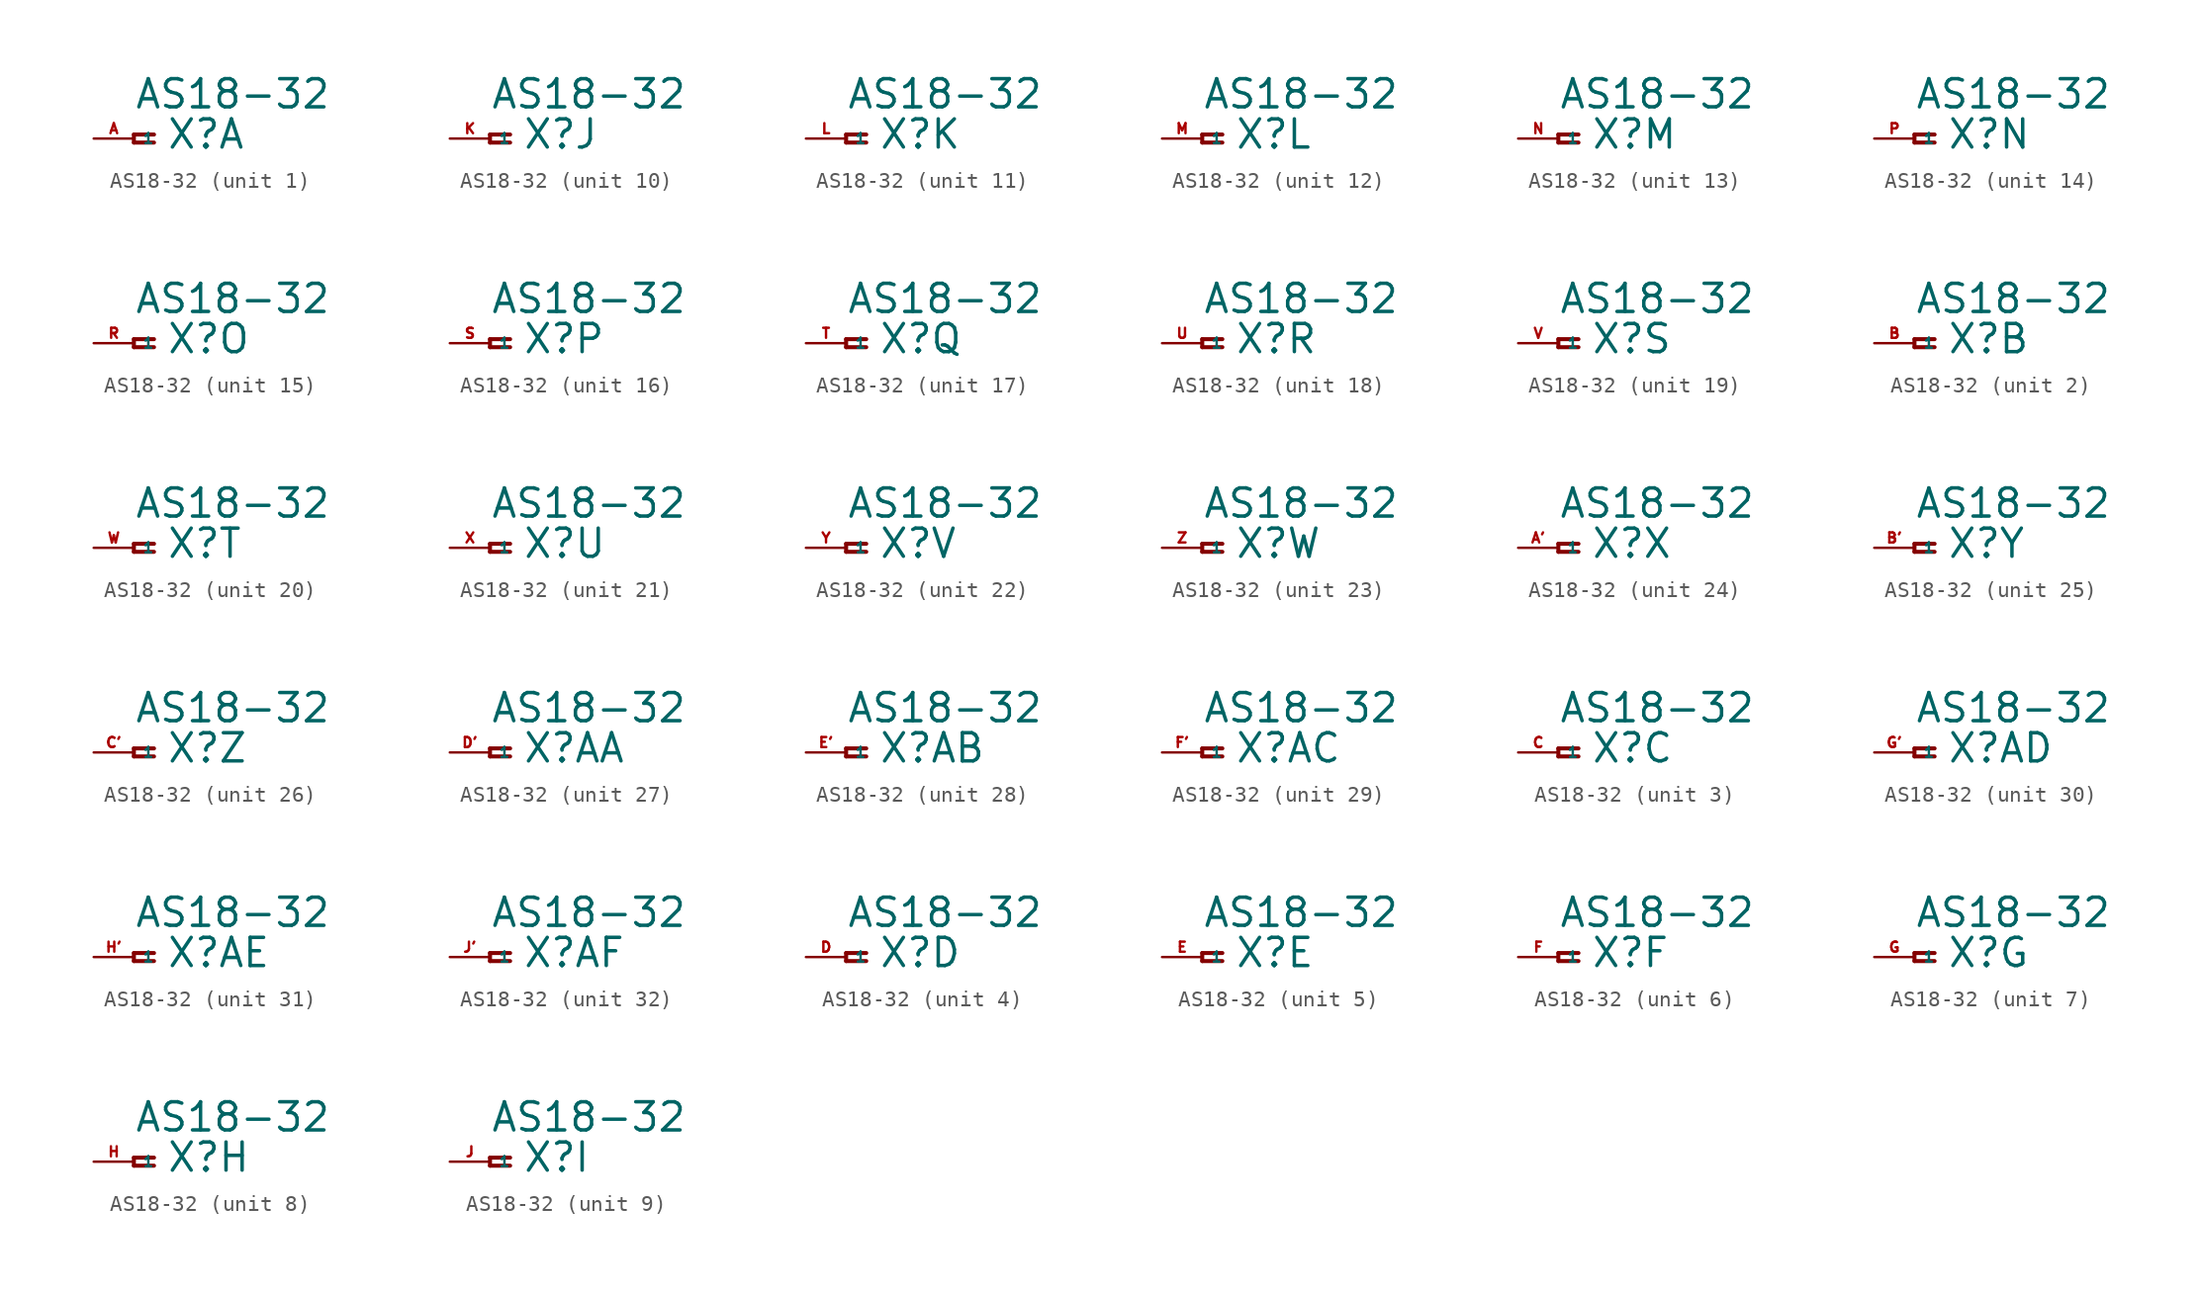
<source format=kicad_sym>
(kicad_symbol_lib
  (version 20220914)
  (generator Eagle2Kicad)
  (symbol "AS18-32"
    (property "Reference" "X"
      (at 2.032 -0.762 0)
      (effects (font (size 1.778 1.778) (thickness 0.22)) (justify left bottom)))
    (property "Value" "AS18-32"
      (at 0 1.778 0)
      (effects (font (size 1.778 1.778) (thickness 0.22)) (justify left bottom)))
    (symbol "AS18-32_1_0"
      (polyline (pts (xy 1.27 0.254) (xy 0 0.254)) (stroke (width 0.254) (type default)) (fill (type none)))
      (polyline (pts (xy 0 0.254) (xy 0 -0.254)) (stroke (width 0.254) (type default)) (fill (type none)))
      (polyline (pts (xy 0 -0.254) (xy 1.27 -0.254)) (stroke (width 0.254) (type default)) (fill (type none)))
      (pin passive line (at -2.54 0 0) (length 2.54) (name "1" (effects (font (size 0.635 0.635) (thickness 0.08)) (justify left bottom))) (number "A" (effects (font (size 0.635 0.635) (thickness 0.08)) (justify left bottom)))))
    (symbol "AS18-32_2_0"
      (polyline (pts (xy 1.27 0.254) (xy 0 0.254)) (stroke (width 0.254) (type default)) (fill (type none)))
      (polyline (pts (xy 0 0.254) (xy 0 -0.254)) (stroke (width 0.254) (type default)) (fill (type none)))
      (polyline (pts (xy 0 -0.254) (xy 1.27 -0.254)) (stroke (width 0.254) (type default)) (fill (type none)))
      (pin passive line (at -2.54 0 0) (length 2.54) (name "1" (effects (font (size 0.635 0.635) (thickness 0.08)) (justify left bottom))) (number "B" (effects (font (size 0.635 0.635) (thickness 0.08)) (justify left bottom)))))
    (symbol "AS18-32_3_0"
      (polyline (pts (xy 1.27 0.254) (xy 0 0.254)) (stroke (width 0.254) (type default)) (fill (type none)))
      (polyline (pts (xy 0 0.254) (xy 0 -0.254)) (stroke (width 0.254) (type default)) (fill (type none)))
      (polyline (pts (xy 0 -0.254) (xy 1.27 -0.254)) (stroke (width 0.254) (type default)) (fill (type none)))
      (pin passive line (at -2.54 0 0) (length 2.54) (name "1" (effects (font (size 0.635 0.635) (thickness 0.08)) (justify left bottom))) (number "C" (effects (font (size 0.635 0.635) (thickness 0.08)) (justify left bottom)))))
    (symbol "AS18-32_4_0"
      (polyline (pts (xy 1.27 0.254) (xy 0 0.254)) (stroke (width 0.254) (type default)) (fill (type none)))
      (polyline (pts (xy 0 0.254) (xy 0 -0.254)) (stroke (width 0.254) (type default)) (fill (type none)))
      (polyline (pts (xy 0 -0.254) (xy 1.27 -0.254)) (stroke (width 0.254) (type default)) (fill (type none)))
      (pin passive line (at -2.54 0 0) (length 2.54) (name "1" (effects (font (size 0.635 0.635) (thickness 0.08)) (justify left bottom))) (number "D" (effects (font (size 0.635 0.635) (thickness 0.08)) (justify left bottom)))))
    (symbol "AS18-32_5_0"
      (polyline (pts (xy 1.27 0.254) (xy 0 0.254)) (stroke (width 0.254) (type default)) (fill (type none)))
      (polyline (pts (xy 0 0.254) (xy 0 -0.254)) (stroke (width 0.254) (type default)) (fill (type none)))
      (polyline (pts (xy 0 -0.254) (xy 1.27 -0.254)) (stroke (width 0.254) (type default)) (fill (type none)))
      (pin passive line (at -2.54 0 0) (length 2.54) (name "1" (effects (font (size 0.635 0.635) (thickness 0.08)) (justify left bottom))) (number "E" (effects (font (size 0.635 0.635) (thickness 0.08)) (justify left bottom)))))
    (symbol "AS18-32_6_0"
      (polyline (pts (xy 1.27 0.254) (xy 0 0.254)) (stroke (width 0.254) (type default)) (fill (type none)))
      (polyline (pts (xy 0 0.254) (xy 0 -0.254)) (stroke (width 0.254) (type default)) (fill (type none)))
      (polyline (pts (xy 0 -0.254) (xy 1.27 -0.254)) (stroke (width 0.254) (type default)) (fill (type none)))
      (pin passive line (at -2.54 0 0) (length 2.54) (name "1" (effects (font (size 0.635 0.635) (thickness 0.08)) (justify left bottom))) (number "F" (effects (font (size 0.635 0.635) (thickness 0.08)) (justify left bottom)))))
    (symbol "AS18-32_7_0"
      (polyline (pts (xy 1.27 0.254) (xy 0 0.254)) (stroke (width 0.254) (type default)) (fill (type none)))
      (polyline (pts (xy 0 0.254) (xy 0 -0.254)) (stroke (width 0.254) (type default)) (fill (type none)))
      (polyline (pts (xy 0 -0.254) (xy 1.27 -0.254)) (stroke (width 0.254) (type default)) (fill (type none)))
      (pin passive line (at -2.54 0 0) (length 2.54) (name "1" (effects (font (size 0.635 0.635) (thickness 0.08)) (justify left bottom))) (number "G" (effects (font (size 0.635 0.635) (thickness 0.08)) (justify left bottom)))))
    (symbol "AS18-32_8_0"
      (polyline (pts (xy 1.27 0.254) (xy 0 0.254)) (stroke (width 0.254) (type default)) (fill (type none)))
      (polyline (pts (xy 0 0.254) (xy 0 -0.254)) (stroke (width 0.254) (type default)) (fill (type none)))
      (polyline (pts (xy 0 -0.254) (xy 1.27 -0.254)) (stroke (width 0.254) (type default)) (fill (type none)))
      (pin passive line (at -2.54 0 0) (length 2.54) (name "1" (effects (font (size 0.635 0.635) (thickness 0.08)) (justify left bottom))) (number "H" (effects (font (size 0.635 0.635) (thickness 0.08)) (justify left bottom)))))
    (symbol "AS18-32_9_0"
      (polyline (pts (xy 1.27 0.254) (xy 0 0.254)) (stroke (width 0.254) (type default)) (fill (type none)))
      (polyline (pts (xy 0 0.254) (xy 0 -0.254)) (stroke (width 0.254) (type default)) (fill (type none)))
      (polyline (pts (xy 0 -0.254) (xy 1.27 -0.254)) (stroke (width 0.254) (type default)) (fill (type none)))
      (pin passive line (at -2.54 0 0) (length 2.54) (name "1" (effects (font (size 0.635 0.635) (thickness 0.08)) (justify left bottom))) (number "J" (effects (font (size 0.635 0.635) (thickness 0.08)) (justify left bottom)))))
    (symbol "AS18-32_10_0"
      (polyline (pts (xy 1.27 0.254) (xy 0 0.254)) (stroke (width 0.254) (type default)) (fill (type none)))
      (polyline (pts (xy 0 0.254) (xy 0 -0.254)) (stroke (width 0.254) (type default)) (fill (type none)))
      (polyline (pts (xy 0 -0.254) (xy 1.27 -0.254)) (stroke (width 0.254) (type default)) (fill (type none)))
      (pin passive line (at -2.54 0 0) (length 2.54) (name "1" (effects (font (size 0.635 0.635) (thickness 0.08)) (justify left bottom))) (number "K" (effects (font (size 0.635 0.635) (thickness 0.08)) (justify left bottom)))))
    (symbol "AS18-32_11_0"
      (polyline (pts (xy 1.27 0.254) (xy 0 0.254)) (stroke (width 0.254) (type default)) (fill (type none)))
      (polyline (pts (xy 0 0.254) (xy 0 -0.254)) (stroke (width 0.254) (type default)) (fill (type none)))
      (polyline (pts (xy 0 -0.254) (xy 1.27 -0.254)) (stroke (width 0.254) (type default)) (fill (type none)))
      (pin passive line (at -2.54 0 0) (length 2.54) (name "1" (effects (font (size 0.635 0.635) (thickness 0.08)) (justify left bottom))) (number "L" (effects (font (size 0.635 0.635) (thickness 0.08)) (justify left bottom)))))
    (symbol "AS18-32_12_0"
      (polyline (pts (xy 1.27 0.254) (xy 0 0.254)) (stroke (width 0.254) (type default)) (fill (type none)))
      (polyline (pts (xy 0 0.254) (xy 0 -0.254)) (stroke (width 0.254) (type default)) (fill (type none)))
      (polyline (pts (xy 0 -0.254) (xy 1.27 -0.254)) (stroke (width 0.254) (type default)) (fill (type none)))
      (pin passive line (at -2.54 0 0) (length 2.54) (name "1" (effects (font (size 0.635 0.635) (thickness 0.08)) (justify left bottom))) (number "M" (effects (font (size 0.635 0.635) (thickness 0.08)) (justify left bottom)))))
    (symbol "AS18-32_13_0"
      (polyline (pts (xy 1.27 0.254) (xy 0 0.254)) (stroke (width 0.254) (type default)) (fill (type none)))
      (polyline (pts (xy 0 0.254) (xy 0 -0.254)) (stroke (width 0.254) (type default)) (fill (type none)))
      (polyline (pts (xy 0 -0.254) (xy 1.27 -0.254)) (stroke (width 0.254) (type default)) (fill (type none)))
      (pin passive line (at -2.54 0 0) (length 2.54) (name "1" (effects (font (size 0.635 0.635) (thickness 0.08)) (justify left bottom))) (number "N" (effects (font (size 0.635 0.635) (thickness 0.08)) (justify left bottom)))))
    (symbol "AS18-32_14_0"
      (polyline (pts (xy 1.27 0.254) (xy 0 0.254)) (stroke (width 0.254) (type default)) (fill (type none)))
      (polyline (pts (xy 0 0.254) (xy 0 -0.254)) (stroke (width 0.254) (type default)) (fill (type none)))
      (polyline (pts (xy 0 -0.254) (xy 1.27 -0.254)) (stroke (width 0.254) (type default)) (fill (type none)))
      (pin passive line (at -2.54 0 0) (length 2.54) (name "1" (effects (font (size 0.635 0.635) (thickness 0.08)) (justify left bottom))) (number "P" (effects (font (size 0.635 0.635) (thickness 0.08)) (justify left bottom)))))
    (symbol "AS18-32_15_0"
      (polyline (pts (xy 1.27 0.254) (xy 0 0.254)) (stroke (width 0.254) (type default)) (fill (type none)))
      (polyline (pts (xy 0 0.254) (xy 0 -0.254)) (stroke (width 0.254) (type default)) (fill (type none)))
      (polyline (pts (xy 0 -0.254) (xy 1.27 -0.254)) (stroke (width 0.254) (type default)) (fill (type none)))
      (pin passive line (at -2.54 0 0) (length 2.54) (name "1" (effects (font (size 0.635 0.635) (thickness 0.08)) (justify left bottom))) (number "R" (effects (font (size 0.635 0.635) (thickness 0.08)) (justify left bottom)))))
    (symbol "AS18-32_16_0"
      (polyline (pts (xy 1.27 0.254) (xy 0 0.254)) (stroke (width 0.254) (type default)) (fill (type none)))
      (polyline (pts (xy 0 0.254) (xy 0 -0.254)) (stroke (width 0.254) (type default)) (fill (type none)))
      (polyline (pts (xy 0 -0.254) (xy 1.27 -0.254)) (stroke (width 0.254) (type default)) (fill (type none)))
      (pin passive line (at -2.54 0 0) (length 2.54) (name "1" (effects (font (size 0.635 0.635) (thickness 0.08)) (justify left bottom))) (number "S" (effects (font (size 0.635 0.635) (thickness 0.08)) (justify left bottom)))))
    (symbol "AS18-32_17_0"
      (polyline (pts (xy 1.27 0.254) (xy 0 0.254)) (stroke (width 0.254) (type default)) (fill (type none)))
      (polyline (pts (xy 0 0.254) (xy 0 -0.254)) (stroke (width 0.254) (type default)) (fill (type none)))
      (polyline (pts (xy 0 -0.254) (xy 1.27 -0.254)) (stroke (width 0.254) (type default)) (fill (type none)))
      (pin passive line (at -2.54 0 0) (length 2.54) (name "1" (effects (font (size 0.635 0.635) (thickness 0.08)) (justify left bottom))) (number "T" (effects (font (size 0.635 0.635) (thickness 0.08)) (justify left bottom)))))
    (symbol "AS18-32_18_0"
      (polyline (pts (xy 1.27 0.254) (xy 0 0.254)) (stroke (width 0.254) (type default)) (fill (type none)))
      (polyline (pts (xy 0 0.254) (xy 0 -0.254)) (stroke (width 0.254) (type default)) (fill (type none)))
      (polyline (pts (xy 0 -0.254) (xy 1.27 -0.254)) (stroke (width 0.254) (type default)) (fill (type none)))
      (pin passive line (at -2.54 0 0) (length 2.54) (name "1" (effects (font (size 0.635 0.635) (thickness 0.08)) (justify left bottom))) (number "U" (effects (font (size 0.635 0.635) (thickness 0.08)) (justify left bottom)))))
    (symbol "AS18-32_19_0"
      (polyline (pts (xy 1.27 0.254) (xy 0 0.254)) (stroke (width 0.254) (type default)) (fill (type none)))
      (polyline (pts (xy 0 0.254) (xy 0 -0.254)) (stroke (width 0.254) (type default)) (fill (type none)))
      (polyline (pts (xy 0 -0.254) (xy 1.27 -0.254)) (stroke (width 0.254) (type default)) (fill (type none)))
      (pin passive line (at -2.54 0 0) (length 2.54) (name "1" (effects (font (size 0.635 0.635) (thickness 0.08)) (justify left bottom))) (number "V" (effects (font (size 0.635 0.635) (thickness 0.08)) (justify left bottom)))))
    (symbol "AS18-32_20_0"
      (polyline (pts (xy 1.27 0.254) (xy 0 0.254)) (stroke (width 0.254) (type default)) (fill (type none)))
      (polyline (pts (xy 0 0.254) (xy 0 -0.254)) (stroke (width 0.254) (type default)) (fill (type none)))
      (polyline (pts (xy 0 -0.254) (xy 1.27 -0.254)) (stroke (width 0.254) (type default)) (fill (type none)))
      (pin passive line (at -2.54 0 0) (length 2.54) (name "1" (effects (font (size 0.635 0.635) (thickness 0.08)) (justify left bottom))) (number "W" (effects (font (size 0.635 0.635) (thickness 0.08)) (justify left bottom)))))
    (symbol "AS18-32_21_0"
      (polyline (pts (xy 1.27 0.254) (xy 0 0.254)) (stroke (width 0.254) (type default)) (fill (type none)))
      (polyline (pts (xy 0 0.254) (xy 0 -0.254)) (stroke (width 0.254) (type default)) (fill (type none)))
      (polyline (pts (xy 0 -0.254) (xy 1.27 -0.254)) (stroke (width 0.254) (type default)) (fill (type none)))
      (pin passive line (at -2.54 0 0) (length 2.54) (name "1" (effects (font (size 0.635 0.635) (thickness 0.08)) (justify left bottom))) (number "X" (effects (font (size 0.635 0.635) (thickness 0.08)) (justify left bottom)))))
    (symbol "AS18-32_22_0"
      (polyline (pts (xy 1.27 0.254) (xy 0 0.254)) (stroke (width 0.254) (type default)) (fill (type none)))
      (polyline (pts (xy 0 0.254) (xy 0 -0.254)) (stroke (width 0.254) (type default)) (fill (type none)))
      (polyline (pts (xy 0 -0.254) (xy 1.27 -0.254)) (stroke (width 0.254) (type default)) (fill (type none)))
      (pin passive line (at -2.54 0 0) (length 2.54) (name "1" (effects (font (size 0.635 0.635) (thickness 0.08)) (justify left bottom))) (number "Y" (effects (font (size 0.635 0.635) (thickness 0.08)) (justify left bottom)))))
    (symbol "AS18-32_23_0"
      (polyline (pts (xy 1.27 0.254) (xy 0 0.254)) (stroke (width 0.254) (type default)) (fill (type none)))
      (polyline (pts (xy 0 0.254) (xy 0 -0.254)) (stroke (width 0.254) (type default)) (fill (type none)))
      (polyline (pts (xy 0 -0.254) (xy 1.27 -0.254)) (stroke (width 0.254) (type default)) (fill (type none)))
      (pin passive line (at -2.54 0 0) (length 2.54) (name "1" (effects (font (size 0.635 0.635) (thickness 0.08)) (justify left bottom))) (number "Z" (effects (font (size 0.635 0.635) (thickness 0.08)) (justify left bottom)))))
    (symbol "AS18-32_24_0"
      (polyline (pts (xy 1.27 0.254) (xy 0 0.254)) (stroke (width 0.254) (type default)) (fill (type none)))
      (polyline (pts (xy 0 0.254) (xy 0 -0.254)) (stroke (width 0.254) (type default)) (fill (type none)))
      (polyline (pts (xy 0 -0.254) (xy 1.27 -0.254)) (stroke (width 0.254) (type default)) (fill (type none)))
      (pin passive line (at -2.54 0 0) (length 2.54) (name "1" (effects (font (size 0.635 0.635) (thickness 0.08)) (justify left bottom))) (number "A'" (effects (font (size 0.635 0.635) (thickness 0.08)) (justify left bottom)))))
    (symbol "AS18-32_25_0"
      (polyline (pts (xy 1.27 0.254) (xy 0 0.254)) (stroke (width 0.254) (type default)) (fill (type none)))
      (polyline (pts (xy 0 0.254) (xy 0 -0.254)) (stroke (width 0.254) (type default)) (fill (type none)))
      (polyline (pts (xy 0 -0.254) (xy 1.27 -0.254)) (stroke (width 0.254) (type default)) (fill (type none)))
      (pin passive line (at -2.54 0 0) (length 2.54) (name "1" (effects (font (size 0.635 0.635) (thickness 0.08)) (justify left bottom))) (number "B'" (effects (font (size 0.635 0.635) (thickness 0.08)) (justify left bottom)))))
    (symbol "AS18-32_26_0"
      (polyline (pts (xy 1.27 0.254) (xy 0 0.254)) (stroke (width 0.254) (type default)) (fill (type none)))
      (polyline (pts (xy 0 0.254) (xy 0 -0.254)) (stroke (width 0.254) (type default)) (fill (type none)))
      (polyline (pts (xy 0 -0.254) (xy 1.27 -0.254)) (stroke (width 0.254) (type default)) (fill (type none)))
      (pin passive line (at -2.54 0 0) (length 2.54) (name "1" (effects (font (size 0.635 0.635) (thickness 0.08)) (justify left bottom))) (number "C'" (effects (font (size 0.635 0.635) (thickness 0.08)) (justify left bottom)))))
    (symbol "AS18-32_27_0"
      (polyline (pts (xy 1.27 0.254) (xy 0 0.254)) (stroke (width 0.254) (type default)) (fill (type none)))
      (polyline (pts (xy 0 0.254) (xy 0 -0.254)) (stroke (width 0.254) (type default)) (fill (type none)))
      (polyline (pts (xy 0 -0.254) (xy 1.27 -0.254)) (stroke (width 0.254) (type default)) (fill (type none)))
      (pin passive line (at -2.54 0 0) (length 2.54) (name "1" (effects (font (size 0.635 0.635) (thickness 0.08)) (justify left bottom))) (number "D'" (effects (font (size 0.635 0.635) (thickness 0.08)) (justify left bottom)))))
    (symbol "AS18-32_28_0"
      (polyline (pts (xy 1.27 0.254) (xy 0 0.254)) (stroke (width 0.254) (type default)) (fill (type none)))
      (polyline (pts (xy 0 0.254) (xy 0 -0.254)) (stroke (width 0.254) (type default)) (fill (type none)))
      (polyline (pts (xy 0 -0.254) (xy 1.27 -0.254)) (stroke (width 0.254) (type default)) (fill (type none)))
      (pin passive line (at -2.54 0 0) (length 2.54) (name "1" (effects (font (size 0.635 0.635) (thickness 0.08)) (justify left bottom))) (number "E'" (effects (font (size 0.635 0.635) (thickness 0.08)) (justify left bottom)))))
    (symbol "AS18-32_29_0"
      (polyline (pts (xy 1.27 0.254) (xy 0 0.254)) (stroke (width 0.254) (type default)) (fill (type none)))
      (polyline (pts (xy 0 0.254) (xy 0 -0.254)) (stroke (width 0.254) (type default)) (fill (type none)))
      (polyline (pts (xy 0 -0.254) (xy 1.27 -0.254)) (stroke (width 0.254) (type default)) (fill (type none)))
      (pin passive line (at -2.54 0 0) (length 2.54) (name "1" (effects (font (size 0.635 0.635) (thickness 0.08)) (justify left bottom))) (number "F'" (effects (font (size 0.635 0.635) (thickness 0.08)) (justify left bottom)))))
    (symbol "AS18-32_30_0"
      (polyline (pts (xy 1.27 0.254) (xy 0 0.254)) (stroke (width 0.254) (type default)) (fill (type none)))
      (polyline (pts (xy 0 0.254) (xy 0 -0.254)) (stroke (width 0.254) (type default)) (fill (type none)))
      (polyline (pts (xy 0 -0.254) (xy 1.27 -0.254)) (stroke (width 0.254) (type default)) (fill (type none)))
      (pin passive line (at -2.54 0 0) (length 2.54) (name "1" (effects (font (size 0.635 0.635) (thickness 0.08)) (justify left bottom))) (number "G'" (effects (font (size 0.635 0.635) (thickness 0.08)) (justify left bottom)))))
    (symbol "AS18-32_31_0"
      (polyline (pts (xy 1.27 0.254) (xy 0 0.254)) (stroke (width 0.254) (type default)) (fill (type none)))
      (polyline (pts (xy 0 0.254) (xy 0 -0.254)) (stroke (width 0.254) (type default)) (fill (type none)))
      (polyline (pts (xy 0 -0.254) (xy 1.27 -0.254)) (stroke (width 0.254) (type default)) (fill (type none)))
      (pin passive line (at -2.54 0 0) (length 2.54) (name "1" (effects (font (size 0.635 0.635) (thickness 0.08)) (justify left bottom))) (number "H'" (effects (font (size 0.635 0.635) (thickness 0.08)) (justify left bottom)))))
    (symbol "AS18-32_32_0"
      (polyline (pts (xy 1.27 0.254) (xy 0 0.254)) (stroke (width 0.254) (type default)) (fill (type none)))
      (polyline (pts (xy 0 0.254) (xy 0 -0.254)) (stroke (width 0.254) (type default)) (fill (type none)))
      (polyline (pts (xy 0 -0.254) (xy 1.27 -0.254)) (stroke (width 0.254) (type default)) (fill (type none)))
      (pin passive line (at -2.54 0 0) (length 2.54) (name "1" (effects (font (size 0.635 0.635) (thickness 0.08)) (justify left bottom))) (number "J'" (effects (font (size 0.635 0.635) (thickness 0.08)) (justify left bottom)))))))
</source>
